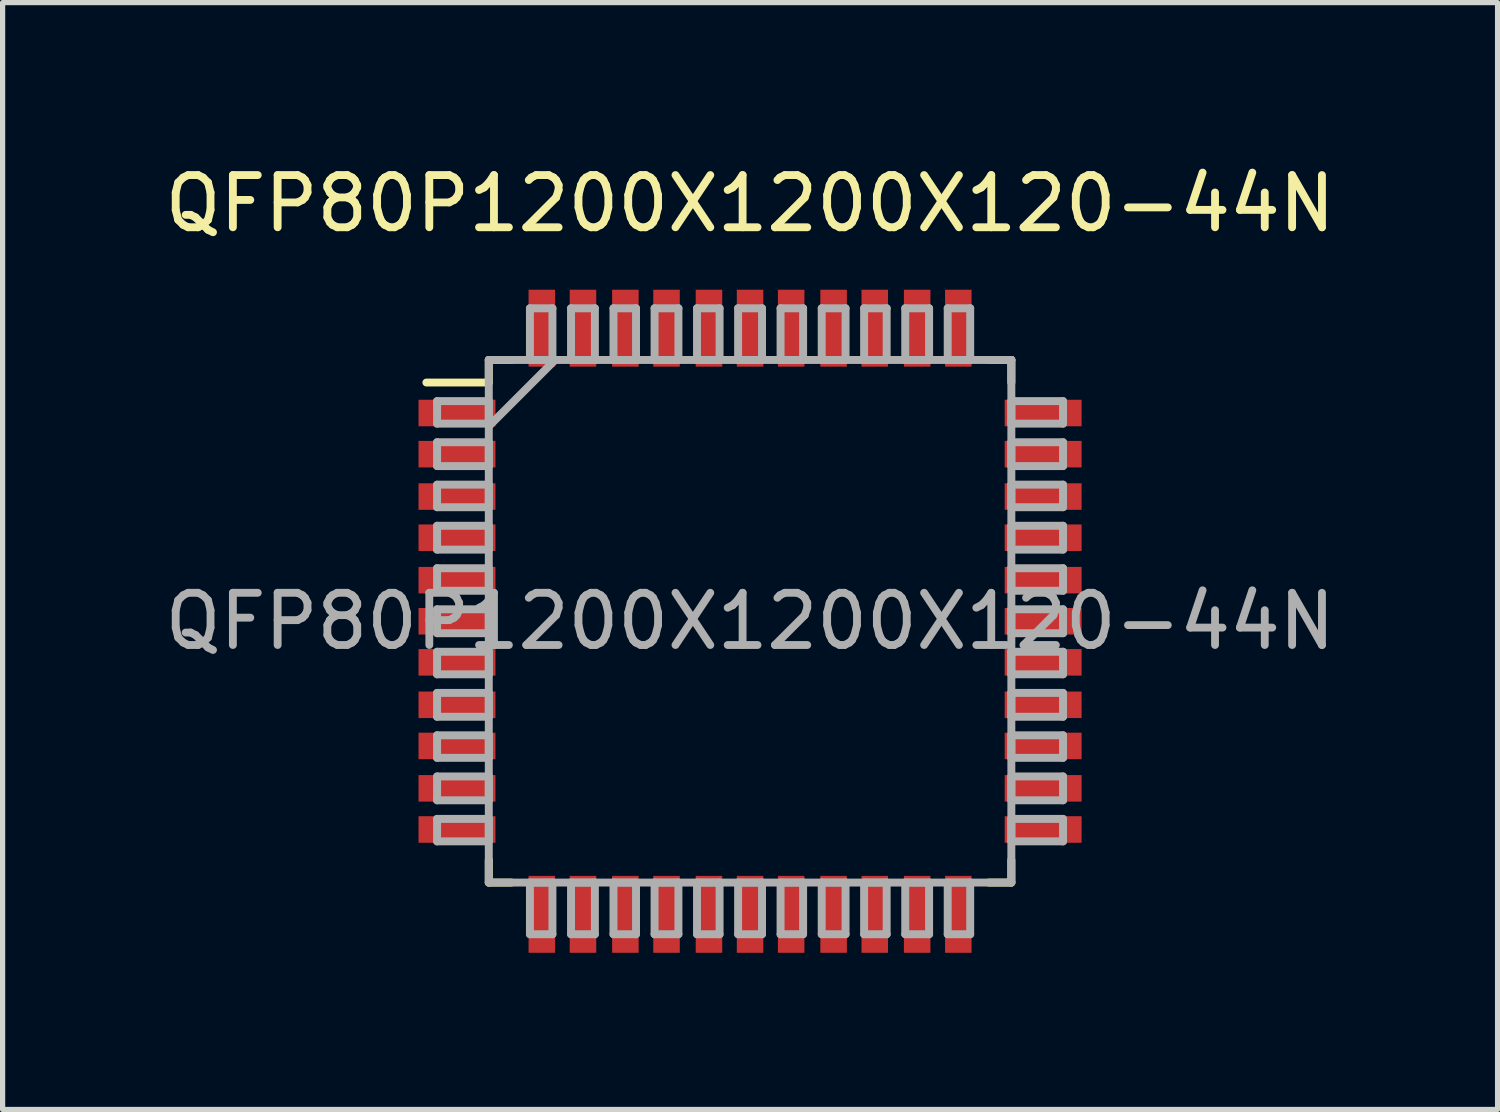
<source format=kicad_pcb>
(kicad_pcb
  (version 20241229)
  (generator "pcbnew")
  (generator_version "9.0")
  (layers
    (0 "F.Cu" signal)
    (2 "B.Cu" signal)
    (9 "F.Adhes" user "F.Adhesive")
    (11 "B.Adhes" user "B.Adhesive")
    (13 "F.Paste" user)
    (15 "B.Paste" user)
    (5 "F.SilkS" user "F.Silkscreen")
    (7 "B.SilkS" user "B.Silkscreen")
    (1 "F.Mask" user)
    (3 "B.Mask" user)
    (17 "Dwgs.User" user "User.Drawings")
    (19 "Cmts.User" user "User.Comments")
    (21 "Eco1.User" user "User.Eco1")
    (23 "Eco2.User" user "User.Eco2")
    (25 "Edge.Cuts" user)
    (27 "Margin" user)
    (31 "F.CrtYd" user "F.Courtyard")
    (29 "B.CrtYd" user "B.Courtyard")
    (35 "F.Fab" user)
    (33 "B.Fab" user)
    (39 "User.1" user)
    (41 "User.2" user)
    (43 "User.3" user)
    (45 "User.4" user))
  (footprint "QFP80P1200X1200X120-44N"
    (layer "F.Cu")
    (at 11.315 8.848)
    (property "Reference" "QFP80P1200X1200X120-44N" (at 0 -8 0) (layer "F.SilkS") (effects (font (size 1 1) (thickness 0.15))))
    (attr through_hole)
    (fp_line (start -5.004 -5.004) (end -5.004 -4.572) (stroke (width 0.152) (type solid)) (layer "F.SilkS"))
    (fp_line (start -5.004 -4.572) (end -6.2 -4.572) (stroke (width 0.15) (type solid)) (layer "F.SilkS"))
    (fp_line (start -5.004 4.572) (end -5.004 5.004) (stroke (width 0.152) (type solid)) (layer "F.SilkS"))
    (fp_line (start -5.004 5.004) (end -4.572 5.004) (stroke (width 0.152) (type solid)) (layer "F.SilkS"))
    (fp_line (start -4.572 -5.004) (end -5.004 -5.004) (stroke (width 0.152) (type solid)) (layer "F.SilkS"))
    (fp_line (start 4.572 5.004) (end 5.004 5.004) (stroke (width 0.152) (type solid)) (layer "F.SilkS"))
    (fp_line (start 5.004 -5.004) (end 4.572 -5.004) (stroke (width 0.152) (type solid)) (layer "F.SilkS"))
    (fp_line (start 5.004 -4.572) (end 5.004 -5.004) (stroke (width 0.152) (type solid)) (layer "F.SilkS"))
    (fp_line (start 5.004 5.004) (end 5.004 4.572) (stroke (width 0.152) (type solid)) (layer "F.SilkS"))
    (fp_line (start -5.994 -4.216) (end -5.994 -3.785) (stroke (width 0.152) (type solid)) (layer "F.Fab"))
    (fp_line (start -5.994 -3.785) (end -5.004 -3.785) (stroke (width 0.152) (type solid)) (layer "F.Fab"))
    (fp_line (start -5.994 -3.429) (end -5.994 -2.972) (stroke (width 0.152) (type solid)) (layer "F.Fab"))
    (fp_line (start -5.994 -2.972) (end -5.004 -2.972) (stroke (width 0.152) (type solid)) (layer "F.Fab"))
    (fp_line (start -5.994 -2.616) (end -5.994 -2.184) (stroke (width 0.152) (type solid)) (layer "F.Fab"))
    (fp_line (start -5.994 -2.184) (end -5.004 -2.184) (stroke (width 0.152) (type solid)) (layer "F.Fab"))
    (fp_line (start -5.994 -1.829) (end -5.994 -1.372) (stroke (width 0.152) (type solid)) (layer "F.Fab"))
    (fp_line (start -5.994 -1.372) (end -5.004 -1.372) (stroke (width 0.152) (type solid)) (layer "F.Fab"))
    (fp_line (start -5.994 -1.016) (end -5.994 -0.584) (stroke (width 0.152) (type solid)) (layer "F.Fab"))
    (fp_line (start -5.994 -0.584) (end -5.004 -0.584) (stroke (width 0.152) (type solid)) (layer "F.Fab"))
    (fp_line (start -5.994 -0.229) (end -5.994 0.229) (stroke (width 0.152) (type solid)) (layer "F.Fab"))
    (fp_line (start -5.994 0.229) (end -5.004 0.229) (stroke (width 0.152) (type solid)) (layer "F.Fab"))
    (fp_line (start -5.994 0.584) (end -5.994 1.016) (stroke (width 0.152) (type solid)) (layer "F.Fab"))
    (fp_line (start -5.994 1.016) (end -5.004 1.016) (stroke (width 0.152) (type solid)) (layer "F.Fab"))
    (fp_line (start -5.994 1.372) (end -5.994 1.829) (stroke (width 0.152) (type solid)) (layer "F.Fab"))
    (fp_line (start -5.994 1.829) (end -5.004 1.829) (stroke (width 0.152) (type solid)) (layer "F.Fab"))
    (fp_line (start -5.994 2.184) (end -5.994 2.616) (stroke (width 0.152) (type solid)) (layer "F.Fab"))
    (fp_line (start -5.994 2.616) (end -5.004 2.616) (stroke (width 0.152) (type solid)) (layer "F.Fab"))
    (fp_line (start -5.994 2.972) (end -5.994 3.429) (stroke (width 0.152) (type solid)) (layer "F.Fab"))
    (fp_line (start -5.994 3.429) (end -5.004 3.429) (stroke (width 0.152) (type solid)) (layer "F.Fab"))
    (fp_line (start -5.994 3.785) (end -5.994 4.216) (stroke (width 0.152) (type solid)) (layer "F.Fab"))
    (fp_line (start -5.994 4.216) (end -5.004 4.216) (stroke (width 0.152) (type solid)) (layer "F.Fab"))
    (fp_line (start -5.004 -5.004) (end -5.004 5.004) (stroke (width 0.152) (type solid)) (layer "F.Fab"))
    (fp_line (start -5.004 -4.216) (end -5.994 -4.216) (stroke (width 0.152) (type solid)) (layer "F.Fab"))
    (fp_line (start -5.004 -3.785) (end -5.004 -4.216) (stroke (width 0.152) (type solid)) (layer "F.Fab"))
    (fp_line (start -5.004 -3.734) (end -3.734 -5.004) (stroke (width 0.152) (type solid)) (layer "F.Fab"))
    (fp_line (start -5.004 -3.429) (end -5.994 -3.429) (stroke (width 0.152) (type solid)) (layer "F.Fab"))
    (fp_line (start -5.004 -2.972) (end -5.004 -3.429) (stroke (width 0.152) (type solid)) (layer "F.Fab"))
    (fp_line (start -5.004 -2.616) (end -5.994 -2.616) (stroke (width 0.152) (type solid)) (layer "F.Fab"))
    (fp_line (start -5.004 -2.184) (end -5.004 -2.616) (stroke (width 0.152) (type solid)) (layer "F.Fab"))
    (fp_line (start -5.004 -1.829) (end -5.994 -1.829) (stroke (width 0.152) (type solid)) (layer "F.Fab"))
    (fp_line (start -5.004 -1.372) (end -5.004 -1.829) (stroke (width 0.152) (type solid)) (layer "F.Fab"))
    (fp_line (start -5.004 -1.016) (end -5.994 -1.016) (stroke (width 0.152) (type solid)) (layer "F.Fab"))
    (fp_line (start -5.004 -0.584) (end -5.004 -1.016) (stroke (width 0.152) (type solid)) (layer "F.Fab"))
    (fp_line (start -5.004 -0.229) (end -5.994 -0.229) (stroke (width 0.152) (type solid)) (layer "F.Fab"))
    (fp_line (start -5.004 0.229) (end -5.004 -0.229) (stroke (width 0.152) (type solid)) (layer "F.Fab"))
    (fp_line (start -5.004 0.584) (end -5.994 0.584) (stroke (width 0.152) (type solid)) (layer "F.Fab"))
    (fp_line (start -5.004 1.016) (end -5.004 0.584) (stroke (width 0.152) (type solid)) (layer "F.Fab"))
    (fp_line (start -5.004 1.372) (end -5.994 1.372) (stroke (width 0.152) (type solid)) (layer "F.Fab"))
    (fp_line (start -5.004 1.829) (end -5.004 1.372) (stroke (width 0.152) (type solid)) (layer "F.Fab"))
    (fp_line (start -5.004 2.184) (end -5.994 2.184) (stroke (width 0.152) (type solid)) (layer "F.Fab"))
    (fp_line (start -5.004 2.616) (end -5.004 2.184) (stroke (width 0.152) (type solid)) (layer "F.Fab"))
    (fp_line (start -5.004 2.972) (end -5.994 2.972) (stroke (width 0.152) (type solid)) (layer "F.Fab"))
    (fp_line (start -5.004 3.429) (end -5.004 2.972) (stroke (width 0.152) (type solid)) (layer "F.Fab"))
    (fp_line (start -5.004 3.785) (end -5.994 3.785) (stroke (width 0.152) (type solid)) (layer "F.Fab"))
    (fp_line (start -5.004 4.216) (end -5.004 3.785) (stroke (width 0.152) (type solid)) (layer "F.Fab"))
    (fp_line (start -5.004 5.004) (end 5.004 5.004) (stroke (width 0.152) (type solid)) (layer "F.Fab"))
    (fp_line (start -4.216 -5.994) (end -4.216 -5.004) (stroke (width 0.152) (type solid)) (layer "F.Fab"))
    (fp_line (start -4.216 -5.004) (end -3.785 -5.004) (stroke (width 0.152) (type solid)) (layer "F.Fab"))
    (fp_line (start -4.216 5.004) (end -4.216 5.994) (stroke (width 0.152) (type solid)) (layer "F.Fab"))
    (fp_line (start -4.216 5.994) (end -3.785 5.994) (stroke (width 0.152) (type solid)) (layer "F.Fab"))
    (fp_line (start -3.785 -5.994) (end -4.216 -5.994) (stroke (width 0.152) (type solid)) (layer "F.Fab"))
    (fp_line (start -3.785 -5.004) (end -3.785 -5.994) (stroke (width 0.152) (type solid)) (layer "F.Fab"))
    (fp_line (start -3.785 5.004) (end -4.216 5.004) (stroke (width 0.152) (type solid)) (layer "F.Fab"))
    (fp_line (start -3.785 5.994) (end -3.785 5.004) (stroke (width 0.152) (type solid)) (layer "F.Fab"))
    (fp_line (start -3.429 -5.994) (end -3.429 -5.004) (stroke (width 0.152) (type solid)) (layer "F.Fab"))
    (fp_line (start -3.429 -5.004) (end -2.972 -5.004) (stroke (width 0.152) (type solid)) (layer "F.Fab"))
    (fp_line (start -3.429 5.004) (end -3.429 5.994) (stroke (width 0.152) (type solid)) (layer "F.Fab"))
    (fp_line (start -3.429 5.994) (end -2.972 5.994) (stroke (width 0.152) (type solid)) (layer "F.Fab"))
    (fp_line (start -2.972 -5.994) (end -3.429 -5.994) (stroke (width 0.152) (type solid)) (layer "F.Fab"))
    (fp_line (start -2.972 -5.004) (end -2.972 -5.994) (stroke (width 0.152) (type solid)) (layer "F.Fab"))
    (fp_line (start -2.972 5.004) (end -3.429 5.004) (stroke (width 0.152) (type solid)) (layer "F.Fab"))
    (fp_line (start -2.972 5.994) (end -2.972 5.004) (stroke (width 0.152) (type solid)) (layer "F.Fab"))
    (fp_line (start -2.616 -5.994) (end -2.616 -5.004) (stroke (width 0.152) (type solid)) (layer "F.Fab"))
    (fp_line (start -2.616 -5.004) (end -2.184 -5.004) (stroke (width 0.152) (type solid)) (layer "F.Fab"))
    (fp_line (start -2.616 5.004) (end -2.616 5.994) (stroke (width 0.152) (type solid)) (layer "F.Fab"))
    (fp_line (start -2.616 5.994) (end -2.184 5.994) (stroke (width 0.152) (type solid)) (layer "F.Fab"))
    (fp_line (start -2.184 -5.994) (end -2.616 -5.994) (stroke (width 0.152) (type solid)) (layer "F.Fab"))
    (fp_line (start -2.184 -5.004) (end -2.184 -5.994) (stroke (width 0.152) (type solid)) (layer "F.Fab"))
    (fp_line (start -2.184 5.004) (end -2.616 5.004) (stroke (width 0.152) (type solid)) (layer "F.Fab"))
    (fp_line (start -2.184 5.994) (end -2.184 5.004) (stroke (width 0.152) (type solid)) (layer "F.Fab"))
    (fp_line (start -1.829 -5.994) (end -1.829 -5.004) (stroke (width 0.152) (type solid)) (layer "F.Fab"))
    (fp_line (start -1.829 -5.004) (end -1.372 -5.004) (stroke (width 0.152) (type solid)) (layer "F.Fab"))
    (fp_line (start -1.829 5.004) (end -1.829 5.994) (stroke (width 0.152) (type solid)) (layer "F.Fab"))
    (fp_line (start -1.829 5.994) (end -1.372 5.994) (stroke (width 0.152) (type solid)) (layer "F.Fab"))
    (fp_line (start -1.372 -5.994) (end -1.829 -5.994) (stroke (width 0.152) (type solid)) (layer "F.Fab"))
    (fp_line (start -1.372 -5.004) (end -1.372 -5.994) (stroke (width 0.152) (type solid)) (layer "F.Fab"))
    (fp_line (start -1.372 5.004) (end -1.829 5.004) (stroke (width 0.152) (type solid)) (layer "F.Fab"))
    (fp_line (start -1.372 5.994) (end -1.372 5.004) (stroke (width 0.152) (type solid)) (layer "F.Fab"))
    (fp_line (start -1.016 -5.994) (end -1.016 -5.004) (stroke (width 0.152) (type solid)) (layer "F.Fab"))
    (fp_line (start -1.016 -5.004) (end -0.584 -5.004) (stroke (width 0.152) (type solid)) (layer "F.Fab"))
    (fp_line (start -1.016 5.004) (end -1.016 5.994) (stroke (width 0.152) (type solid)) (layer "F.Fab"))
    (fp_line (start -1.016 5.994) (end -0.584 5.994) (stroke (width 0.152) (type solid)) (layer "F.Fab"))
    (fp_line (start -0.584 -5.994) (end -1.016 -5.994) (stroke (width 0.152) (type solid)) (layer "F.Fab"))
    (fp_line (start -0.584 -5.004) (end -0.584 -5.994) (stroke (width 0.152) (type solid)) (layer "F.Fab"))
    (fp_line (start -0.584 5.004) (end -1.016 5.004) (stroke (width 0.152) (type solid)) (layer "F.Fab"))
    (fp_line (start -0.584 5.994) (end -0.584 5.004) (stroke (width 0.152) (type solid)) (layer "F.Fab"))
    (fp_line (start -0.229 -5.994) (end -0.229 -5.004) (stroke (width 0.152) (type solid)) (layer "F.Fab"))
    (fp_line (start -0.229 -5.004) (end 0.229 -5.004) (stroke (width 0.152) (type solid)) (layer "F.Fab"))
    (fp_line (start -0.229 5.004) (end -0.229 5.994) (stroke (width 0.152) (type solid)) (layer "F.Fab"))
    (fp_line (start -0.229 5.994) (end 0.229 5.994) (stroke (width 0.152) (type solid)) (layer "F.Fab"))
    (fp_line (start 0.229 -5.994) (end -0.229 -5.994) (stroke (width 0.152) (type solid)) (layer "F.Fab"))
    (fp_line (start 0.229 -5.004) (end 0.229 -5.994) (stroke (width 0.152) (type solid)) (layer "F.Fab"))
    (fp_line (start 0.229 5.004) (end -0.229 5.004) (stroke (width 0.152) (type solid)) (layer "F.Fab"))
    (fp_line (start 0.229 5.994) (end 0.229 5.004) (stroke (width 0.152) (type solid)) (layer "F.Fab"))
    (fp_line (start 0.584 -5.994) (end 0.584 -5.004) (stroke (width 0.152) (type solid)) (layer "F.Fab"))
    (fp_line (start 0.584 -5.004) (end 1.016 -5.004) (stroke (width 0.152) (type solid)) (layer "F.Fab"))
    (fp_line (start 0.584 5.004) (end 0.584 5.994) (stroke (width 0.152) (type solid)) (layer "F.Fab"))
    (fp_line (start 0.584 5.994) (end 1.016 5.994) (stroke (width 0.152) (type solid)) (layer "F.Fab"))
    (fp_line (start 1.016 -5.994) (end 0.584 -5.994) (stroke (width 0.152) (type solid)) (layer "F.Fab"))
    (fp_line (start 1.016 -5.004) (end 1.016 -5.994) (stroke (width 0.152) (type solid)) (layer "F.Fab"))
    (fp_line (start 1.016 5.004) (end 0.584 5.004) (stroke (width 0.152) (type solid)) (layer "F.Fab"))
    (fp_line (start 1.016 5.994) (end 1.016 5.004) (stroke (width 0.152) (type solid)) (layer "F.Fab"))
    (fp_line (start 1.372 -5.994) (end 1.372 -5.004) (stroke (width 0.152) (type solid)) (layer "F.Fab"))
    (fp_line (start 1.372 -5.004) (end 1.829 -5.004) (stroke (width 0.152) (type solid)) (layer "F.Fab"))
    (fp_line (start 1.372 5.004) (end 1.372 5.994) (stroke (width 0.152) (type solid)) (layer "F.Fab"))
    (fp_line (start 1.372 5.994) (end 1.829 5.994) (stroke (width 0.152) (type solid)) (layer "F.Fab"))
    (fp_line (start 1.829 -5.994) (end 1.372 -5.994) (stroke (width 0.152) (type solid)) (layer "F.Fab"))
    (fp_line (start 1.829 -5.004) (end 1.829 -5.994) (stroke (width 0.152) (type solid)) (layer "F.Fab"))
    (fp_line (start 1.829 5.004) (end 1.372 5.004) (stroke (width 0.152) (type solid)) (layer "F.Fab"))
    (fp_line (start 1.829 5.994) (end 1.829 5.004) (stroke (width 0.152) (type solid)) (layer "F.Fab"))
    (fp_line (start 2.184 -5.994) (end 2.184 -5.004) (stroke (width 0.152) (type solid)) (layer "F.Fab"))
    (fp_line (start 2.184 -5.004) (end 2.616 -5.004) (stroke (width 0.152) (type solid)) (layer "F.Fab"))
    (fp_line (start 2.184 5.004) (end 2.184 5.994) (stroke (width 0.152) (type solid)) (layer "F.Fab"))
    (fp_line (start 2.184 5.994) (end 2.616 5.994) (stroke (width 0.152) (type solid)) (layer "F.Fab"))
    (fp_line (start 2.616 -5.994) (end 2.184 -5.994) (stroke (width 0.152) (type solid)) (layer "F.Fab"))
    (fp_line (start 2.616 -5.004) (end 2.616 -5.994) (stroke (width 0.152) (type solid)) (layer "F.Fab"))
    (fp_line (start 2.616 5.004) (end 2.184 5.004) (stroke (width 0.152) (type solid)) (layer "F.Fab"))
    (fp_line (start 2.616 5.994) (end 2.616 5.004) (stroke (width 0.152) (type solid)) (layer "F.Fab"))
    (fp_line (start 2.972 -5.994) (end 2.972 -5.004) (stroke (width 0.152) (type solid)) (layer "F.Fab"))
    (fp_line (start 2.972 -5.004) (end 3.429 -5.004) (stroke (width 0.152) (type solid)) (layer "F.Fab"))
    (fp_line (start 2.972 5.004) (end 2.972 5.994) (stroke (width 0.152) (type solid)) (layer "F.Fab"))
    (fp_line (start 2.972 5.994) (end 3.429 5.994) (stroke (width 0.152) (type solid)) (layer "F.Fab"))
    (fp_line (start 3.429 -5.994) (end 2.972 -5.994) (stroke (width 0.152) (type solid)) (layer "F.Fab"))
    (fp_line (start 3.429 -5.004) (end 3.429 -5.994) (stroke (width 0.152) (type solid)) (layer "F.Fab"))
    (fp_line (start 3.429 5.004) (end 2.972 5.004) (stroke (width 0.152) (type solid)) (layer "F.Fab"))
    (fp_line (start 3.429 5.994) (end 3.429 5.004) (stroke (width 0.152) (type solid)) (layer "F.Fab"))
    (fp_line (start 3.785 -5.994) (end 3.785 -5.004) (stroke (width 0.152) (type solid)) (layer "F.Fab"))
    (fp_line (start 3.785 -5.004) (end 4.216 -5.004) (stroke (width 0.152) (type solid)) (layer "F.Fab"))
    (fp_line (start 3.785 5.004) (end 3.785 5.994) (stroke (width 0.152) (type solid)) (layer "F.Fab"))
    (fp_line (start 3.785 5.994) (end 4.216 5.994) (stroke (width 0.152) (type solid)) (layer "F.Fab"))
    (fp_line (start 4.216 -5.994) (end 3.785 -5.994) (stroke (width 0.152) (type solid)) (layer "F.Fab"))
    (fp_line (start 4.216 -5.004) (end 4.216 -5.994) (stroke (width 0.152) (type solid)) (layer "F.Fab"))
    (fp_line (start 4.216 5.004) (end 3.785 5.004) (stroke (width 0.152) (type solid)) (layer "F.Fab"))
    (fp_line (start 4.216 5.994) (end 4.216 5.004) (stroke (width 0.152) (type solid)) (layer "F.Fab"))
    (fp_line (start 5.004 -5.004) (end -5.004 -5.004) (stroke (width 0.152) (type solid)) (layer "F.Fab"))
    (fp_line (start 5.004 -4.216) (end 5.004 -3.785) (stroke (width 0.152) (type solid)) (layer "F.Fab"))
    (fp_line (start 5.004 -3.785) (end 5.994 -3.785) (stroke (width 0.152) (type solid)) (layer "F.Fab"))
    (fp_line (start 5.004 -3.429) (end 5.004 -2.972) (stroke (width 0.152) (type solid)) (layer "F.Fab"))
    (fp_line (start 5.004 -2.972) (end 5.994 -2.972) (stroke (width 0.152) (type solid)) (layer "F.Fab"))
    (fp_line (start 5.004 -2.616) (end 5.004 -2.184) (stroke (width 0.152) (type solid)) (layer "F.Fab"))
    (fp_line (start 5.004 -2.184) (end 5.994 -2.184) (stroke (width 0.152) (type solid)) (layer "F.Fab"))
    (fp_line (start 5.004 -1.829) (end 5.004 -1.372) (stroke (width 0.152) (type solid)) (layer "F.Fab"))
    (fp_line (start 5.004 -1.372) (end 5.994 -1.372) (stroke (width 0.152) (type solid)) (layer "F.Fab"))
    (fp_line (start 5.004 -1.016) (end 5.004 -0.584) (stroke (width 0.152) (type solid)) (layer "F.Fab"))
    (fp_line (start 5.004 -0.584) (end 5.994 -0.584) (stroke (width 0.152) (type solid)) (layer "F.Fab"))
    (fp_line (start 5.004 -0.229) (end 5.004 0.229) (stroke (width 0.152) (type solid)) (layer "F.Fab"))
    (fp_line (start 5.004 0.229) (end 5.994 0.229) (stroke (width 0.152) (type solid)) (layer "F.Fab"))
    (fp_line (start 5.004 0.584) (end 5.004 1.016) (stroke (width 0.152) (type solid)) (layer "F.Fab"))
    (fp_line (start 5.004 1.016) (end 5.994 1.016) (stroke (width 0.152) (type solid)) (layer "F.Fab"))
    (fp_line (start 5.004 1.372) (end 5.004 1.829) (stroke (width 0.152) (type solid)) (layer "F.Fab"))
    (fp_line (start 5.004 1.829) (end 5.994 1.829) (stroke (width 0.152) (type solid)) (layer "F.Fab"))
    (fp_line (start 5.004 2.184) (end 5.004 2.616) (stroke (width 0.152) (type solid)) (layer "F.Fab"))
    (fp_line (start 5.004 2.616) (end 5.994 2.616) (stroke (width 0.152) (type solid)) (layer "F.Fab"))
    (fp_line (start 5.004 2.972) (end 5.004 3.429) (stroke (width 0.152) (type solid)) (layer "F.Fab"))
    (fp_line (start 5.004 3.429) (end 5.994 3.429) (stroke (width 0.152) (type solid)) (layer "F.Fab"))
    (fp_line (start 5.004 3.785) (end 5.004 4.216) (stroke (width 0.152) (type solid)) (layer "F.Fab"))
    (fp_line (start 5.004 4.216) (end 5.994 4.216) (stroke (width 0.152) (type solid)) (layer "F.Fab"))
    (fp_line (start 5.004 5.004) (end 5.004 -5.004) (stroke (width 0.152) (type solid)) (layer "F.Fab"))
    (fp_line (start 5.994 -4.216) (end 5.004 -4.216) (stroke (width 0.152) (type solid)) (layer "F.Fab"))
    (fp_line (start 5.994 -3.785) (end 5.994 -4.216) (stroke (width 0.152) (type solid)) (layer "F.Fab"))
    (fp_line (start 5.994 -3.429) (end 5.004 -3.429) (stroke (width 0.152) (type solid)) (layer "F.Fab"))
    (fp_line (start 5.994 -2.972) (end 5.994 -3.429) (stroke (width 0.152) (type solid)) (layer "F.Fab"))
    (fp_line (start 5.994 -2.616) (end 5.004 -2.616) (stroke (width 0.152) (type solid)) (layer "F.Fab"))
    (fp_line (start 5.994 -2.184) (end 5.994 -2.616) (stroke (width 0.152) (type solid)) (layer "F.Fab"))
    (fp_line (start 5.994 -1.829) (end 5.004 -1.829) (stroke (width 0.152) (type solid)) (layer "F.Fab"))
    (fp_line (start 5.994 -1.372) (end 5.994 -1.829) (stroke (width 0.152) (type solid)) (layer "F.Fab"))
    (fp_line (start 5.994 -1.016) (end 5.004 -1.016) (stroke (width 0.152) (type solid)) (layer "F.Fab"))
    (fp_line (start 5.994 -0.584) (end 5.994 -1.016) (stroke (width 0.152) (type solid)) (layer "F.Fab"))
    (fp_line (start 5.994 -0.229) (end 5.004 -0.229) (stroke (width 0.152) (type solid)) (layer "F.Fab"))
    (fp_line (start 5.994 0.229) (end 5.994 -0.229) (stroke (width 0.152) (type solid)) (layer "F.Fab"))
    (fp_line (start 5.994 0.584) (end 5.004 0.584) (stroke (width 0.152) (type solid)) (layer "F.Fab"))
    (fp_line (start 5.994 1.016) (end 5.994 0.584) (stroke (width 0.152) (type solid)) (layer "F.Fab"))
    (fp_line (start 5.994 1.372) (end 5.004 1.372) (stroke (width 0.152) (type solid)) (layer "F.Fab"))
    (fp_line (start 5.994 1.829) (end 5.994 1.372) (stroke (width 0.152) (type solid)) (layer "F.Fab"))
    (fp_line (start 5.994 2.184) (end 5.004 2.184) (stroke (width 0.152) (type solid)) (layer "F.Fab"))
    (fp_line (start 5.994 2.616) (end 5.994 2.184) (stroke (width 0.152) (type solid)) (layer "F.Fab"))
    (fp_line (start 5.994 2.972) (end 5.004 2.972) (stroke (width 0.152) (type solid)) (layer "F.Fab"))
    (fp_line (start 5.994 3.429) (end 5.994 2.972) (stroke (width 0.152) (type solid)) (layer "F.Fab"))
    (fp_line (start 5.994 3.785) (end 5.004 3.785) (stroke (width 0.152) (type solid)) (layer "F.Fab"))
    (fp_line (start 5.994 4.216) (end 5.994 3.785) (stroke (width 0.152) (type solid)) (layer "F.Fab"))
    (fp_text user "${REFERENCE}" (at 0 0 0) (layer "F.Fab") (effects (font (size 1 1) (thickness 0.15))))
    (pad "1" smd rect (at -5.613 -3.988) (size 1.473 0.508) (layers "F.Cu" "F.Mask" "F.Paste"))
    (pad "2" smd rect (at -5.613 -3.2) (size 1.473 0.508) (layers "F.Cu" "F.Mask" "F.Paste"))
    (pad "3" smd rect (at -5.613 -2.388) (size 1.473 0.508) (layers "F.Cu" "F.Mask" "F.Paste"))
    (pad "4" smd rect (at -5.613 -1.6) (size 1.473 0.508) (layers "F.Cu" "F.Mask" "F.Paste"))
    (pad "5" smd rect (at -5.613 -0.787) (size 1.473 0.508) (layers "F.Cu" "F.Mask" "F.Paste"))
    (pad "6" smd rect (at -5.613 0) (size 1.473 0.508) (layers "F.Cu" "F.Mask" "F.Paste"))
    (pad "7" smd rect (at -5.613 0.787) (size 1.473 0.508) (layers "F.Cu" "F.Mask" "F.Paste"))
    (pad "8" smd rect (at -5.613 1.6) (size 1.473 0.508) (layers "F.Cu" "F.Mask" "F.Paste"))
    (pad "9" smd rect (at -5.613 2.388) (size 1.473 0.508) (layers "F.Cu" "F.Mask" "F.Paste"))
    (pad "10" smd rect (at -5.613 3.2) (size 1.473 0.508) (layers "F.Cu" "F.Mask" "F.Paste"))
    (pad "11" smd rect (at -5.613 3.988) (size 1.473 0.508) (layers "F.Cu" "F.Mask" "F.Paste"))
    (pad "12" smd rect (at -3.988 5.613) (size 0.508 1.473) (layers "F.Cu" "F.Mask" "F.Paste"))
    (pad "13" smd rect (at -3.2 5.613) (size 0.508 1.473) (layers "F.Cu" "F.Mask" "F.Paste"))
    (pad "14" smd rect (at -2.388 5.613) (size 0.508 1.473) (layers "F.Cu" "F.Mask" "F.Paste"))
    (pad "15" smd rect (at -1.6 5.613) (size 0.508 1.473) (layers "F.Cu" "F.Mask" "F.Paste"))
    (pad "16" smd rect (at -0.787 5.613) (size 0.508 1.473) (layers "F.Cu" "F.Mask" "F.Paste"))
    (pad "17" smd rect (at 0 5.613) (size 0.508 1.473) (layers "F.Cu" "F.Mask" "F.Paste"))
    (pad "18" smd rect (at 0.787 5.613) (size 0.508 1.473) (layers "F.Cu" "F.Mask" "F.Paste"))
    (pad "19" smd rect (at 1.6 5.613) (size 0.508 1.473) (layers "F.Cu" "F.Mask" "F.Paste"))
    (pad "20" smd rect (at 2.388 5.613) (size 0.508 1.473) (layers "F.Cu" "F.Mask" "F.Paste"))
    (pad "21" smd rect (at 3.2 5.613) (size 0.508 1.473) (layers "F.Cu" "F.Mask" "F.Paste"))
    (pad "22" smd rect (at 3.988 5.613) (size 0.508 1.473) (layers "F.Cu" "F.Mask" "F.Paste"))
    (pad "23" smd rect (at 5.613 3.988) (size 1.473 0.508) (layers "F.Cu" "F.Mask" "F.Paste"))
    (pad "24" smd rect (at 5.613 3.2) (size 1.473 0.508) (layers "F.Cu" "F.Mask" "F.Paste"))
    (pad "25" smd rect (at 5.613 2.388) (size 1.473 0.508) (layers "F.Cu" "F.Mask" "F.Paste"))
    (pad "26" smd rect (at 5.613 1.6) (size 1.473 0.508) (layers "F.Cu" "F.Mask" "F.Paste"))
    (pad "27" smd rect (at 5.613 0.787) (size 1.473 0.508) (layers "F.Cu" "F.Mask" "F.Paste"))
    (pad "28" smd rect (at 5.613 0) (size 1.473 0.508) (layers "F.Cu" "F.Mask" "F.Paste"))
    (pad "29" smd rect (at 5.613 -0.787) (size 1.473 0.508) (layers "F.Cu" "F.Mask" "F.Paste"))
    (pad "30" smd rect (at 5.613 -1.6) (size 1.473 0.508) (layers "F.Cu" "F.Mask" "F.Paste"))
    (pad "31" smd rect (at 5.613 -2.388) (size 1.473 0.508) (layers "F.Cu" "F.Mask" "F.Paste"))
    (pad "32" smd rect (at 5.613 -3.2) (size 1.473 0.508) (layers "F.Cu" "F.Mask" "F.Paste"))
    (pad "33" smd rect (at 5.613 -3.988) (size 1.473 0.508) (layers "F.Cu" "F.Mask" "F.Paste"))
    (pad "34" smd rect (at 3.988 -5.613) (size 0.508 1.473) (layers "F.Cu" "F.Mask" "F.Paste"))
    (pad "35" smd rect (at 3.2 -5.613) (size 0.508 1.473) (layers "F.Cu" "F.Mask" "F.Paste"))
    (pad "36" smd rect (at 2.388 -5.613) (size 0.508 1.473) (layers "F.Cu" "F.Mask" "F.Paste"))
    (pad "37" smd rect (at 1.6 -5.613) (size 0.508 1.473) (layers "F.Cu" "F.Mask" "F.Paste"))
    (pad "38" smd rect (at 0.787 -5.613) (size 0.508 1.473) (layers "F.Cu" "F.Mask" "F.Paste"))
    (pad "39" smd rect (at 0 -5.613) (size 0.508 1.473) (layers "F.Cu" "F.Mask" "F.Paste"))
    (pad "40" smd rect (at -0.787 -5.613) (size 0.508 1.473) (layers "F.Cu" "F.Mask" "F.Paste"))
    (pad "41" smd rect (at -1.6 -5.613) (size 0.508 1.473) (layers "F.Cu" "F.Mask" "F.Paste"))
    (pad "42" smd rect (at -2.388 -5.613) (size 0.508 1.473) (layers "F.Cu" "F.Mask" "F.Paste"))
    (pad "43" smd rect (at -3.2 -5.613) (size 0.508 1.473) (layers "F.Cu" "F.Mask" "F.Paste"))
    (pad "44" smd rect (at -3.988 -5.613) (size 0.508 1.473) (layers "F.Cu" "F.Mask" "F.Paste")))
  (gr_rect
    (start -3 -3)
    (end 25.631 18.198)
    (stroke (width 0.1) (type default))
    (fill no)
    (layer "Edge.Cuts")))
</source>
